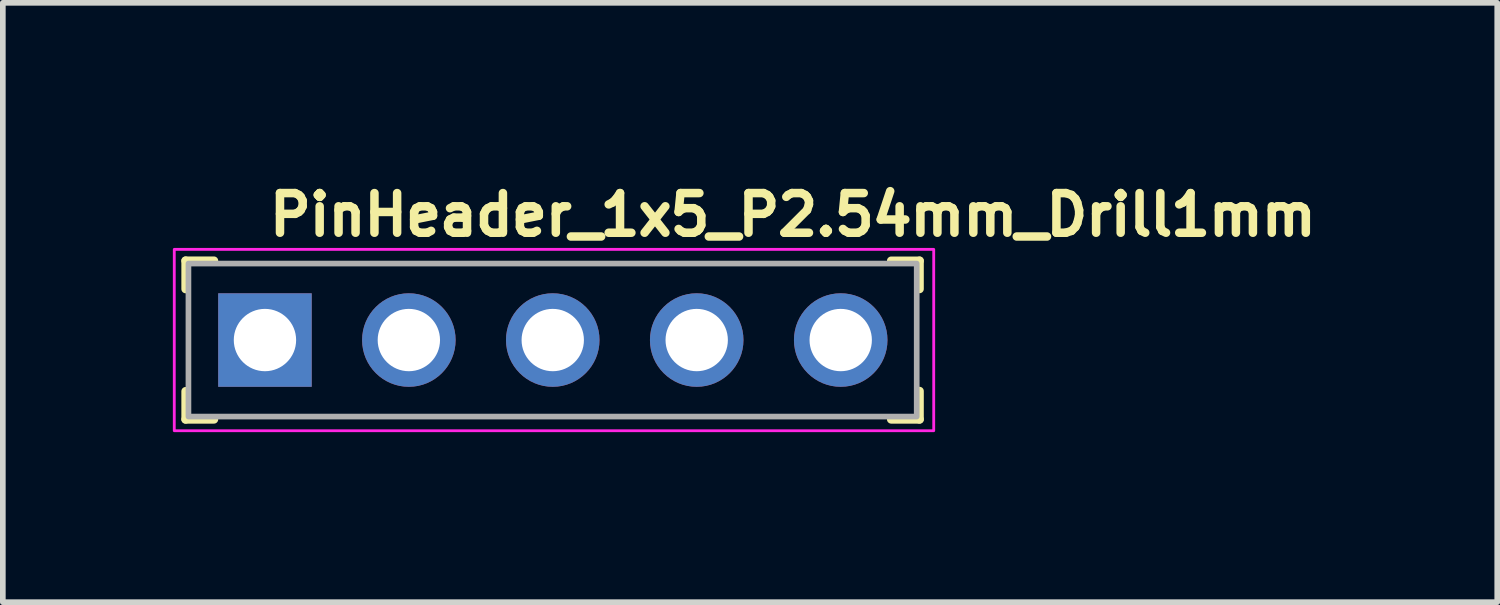
<source format=kicad_pcb>
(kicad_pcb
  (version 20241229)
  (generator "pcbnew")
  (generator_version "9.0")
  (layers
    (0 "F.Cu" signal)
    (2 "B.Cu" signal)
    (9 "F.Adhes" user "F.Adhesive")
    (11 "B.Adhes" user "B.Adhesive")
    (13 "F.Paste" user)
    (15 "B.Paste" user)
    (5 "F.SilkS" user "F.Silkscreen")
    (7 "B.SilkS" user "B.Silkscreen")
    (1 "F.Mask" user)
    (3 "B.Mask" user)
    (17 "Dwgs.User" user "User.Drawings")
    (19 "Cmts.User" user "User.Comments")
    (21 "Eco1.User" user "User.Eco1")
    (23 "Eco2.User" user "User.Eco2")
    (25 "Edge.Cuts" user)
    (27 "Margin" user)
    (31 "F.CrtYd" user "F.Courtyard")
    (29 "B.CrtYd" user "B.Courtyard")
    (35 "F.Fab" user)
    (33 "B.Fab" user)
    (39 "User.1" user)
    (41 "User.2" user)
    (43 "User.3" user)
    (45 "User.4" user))
  (footprint "PinHeader_1x5_P2.54mm_Drill1mm"
    (layer "F.Cu")
    (at 1.625 2.95)
    (property "Reference" "PinHeader_1x5_P2.54mm_Drill1mm" (at 0 -1.8 0) (layer "F.SilkS") (effects (font (size 0.7 0.7) (thickness 0.15)) (justify left bottom)))
    (attr through_hole)
    (fp_line (start -1.4 -1.4) (end -1.4 -0.9) (stroke (width 0.15) (type solid)) (layer "F.SilkS"))
    (fp_line (start -1.4 -1.4) (end -0.9 -1.4) (stroke (width 0.15) (type solid)) (layer "F.SilkS"))
    (fp_line (start -1.4 1.4) (end -1.4 0.903) (stroke (width 0.15) (type solid)) (layer "F.SilkS"))
    (fp_line (start -1.4 1.4) (end -0.9 1.4) (stroke (width 0.15) (type solid)) (layer "F.SilkS"))
    (fp_line (start 11.55 -1.399) (end 11.05 -1.399) (stroke (width 0.15) (type solid)) (layer "F.SilkS"))
    (fp_line (start 11.55 -1.399) (end 11.55 -0.901) (stroke (width 0.15) (type solid)) (layer "F.SilkS"))
    (fp_line (start 11.55 1.4) (end 11.05 1.4) (stroke (width 0.15) (type solid)) (layer "F.SilkS"))
    (fp_line (start 11.55 1.4) (end 11.55 0.9) (stroke (width 0.15) (type solid)) (layer "F.SilkS"))
    (fp_rect (start -1.6 -1.6) (end 11.8 1.6) (stroke (width 0.05) (type solid)) (fill no) (layer "F.CrtYd"))
    (fp_rect (start -1.35 -1.35) (end 11.5 1.35) (stroke (width 0.1) (type solid)) (fill no) (layer "F.Fab"))
    (fp_rect (start -1.27 -1.27) (end 11.429 1.269) (stroke (width 0.1) (type solid)) (fill no) (layer "User.5"))
    (fp_line (start -1.27 -1.27) (end 1.044 -1.27) (stroke (width 0.02) (type solid)) (layer "User.9"))
    (fp_line (start -1.27 1.269) (end -1.27 -1.27) (stroke (width 0.02) (type solid)) (layer "User.9"))
    (fp_line (start -1.27 1.269) (end 1.044 1.269) (stroke (width 0.02) (type solid)) (layer "User.9"))
    (fp_line (start -0.32 -0.32) (end -0.064 -0.064) (stroke (width 0.02) (type solid)) (layer "User.9"))
    (fp_line (start -0.32 -0.32) (end 0.32 -0.32) (stroke (width 0.02) (type solid)) (layer "User.9"))
    (fp_line (start -0.32 0.32) (end -0.32 -0.32) (stroke (width 0.02) (type solid)) (layer "User.9"))
    (fp_line (start -0.32 0.32) (end -0.064 0.064) (stroke (width 0.02) (type solid)) (layer "User.9"))
    (fp_line (start -0.32 0.32) (end 0.32 0.32) (stroke (width 0.02) (type solid)) (layer "User.9"))
    (fp_line (start -0.064 -0.064) (end 0.064 -0.064) (stroke (width 0.02) (type solid)) (layer "User.9"))
    (fp_line (start -0.064 0.064) (end -0.064 -0.064) (stroke (width 0.02) (type solid)) (layer "User.9"))
    (fp_line (start -0.064 0.064) (end 0.064 0.064) (stroke (width 0.02) (type solid)) (layer "User.9"))
    (fp_line (start 0.064 0.064) (end 0.064 -0.064) (stroke (width 0.02) (type solid)) (layer "User.9"))
    (fp_line (start 0.32 -0.32) (end 0.064 -0.064) (stroke (width 0.02) (type solid)) (layer "User.9"))
    (fp_line (start 0.32 0.32) (end 0.064 0.064) (stroke (width 0.02) (type solid)) (layer "User.9"))
    (fp_line (start 0.32 0.32) (end 0.32 -0.32) (stroke (width 0.02) (type solid)) (layer "User.9"))
    (fp_line (start 1.044 -1.27) (end 1.269 -1.047) (stroke (width 0.02) (type solid)) (layer "User.9"))
    (fp_line (start 1.044 1.269) (end 1.044 -1.27) (stroke (width 0.02) (type solid)) (layer "User.9"))
    (fp_line (start 1.044 1.269) (end 1.269 1.044) (stroke (width 0.02) (type solid)) (layer "User.9"))
    (fp_line (start 1.269 1.044) (end 1.269 -1.047) (stroke (width 0.02) (type solid)) (layer "User.9"))
    (fp_line (start 1.493 -1.27) (end 1.269 -1.047) (stroke (width 0.02) (type solid)) (layer "User.9"))
    (fp_line (start 1.493 -1.27) (end 3.584 -1.27) (stroke (width 0.02) (type solid)) (layer "User.9"))
    (fp_line (start 1.493 1.269) (end 1.269 1.044) (stroke (width 0.02) (type solid)) (layer "User.9"))
    (fp_line (start 1.493 1.269) (end 1.493 -1.27) (stroke (width 0.02) (type solid)) (layer "User.9"))
    (fp_line (start 1.493 1.269) (end 3.584 1.269) (stroke (width 0.02) (type solid)) (layer "User.9"))
    (fp_line (start 2.22 -0.32) (end 2.475 -0.064) (stroke (width 0.02) (type solid)) (layer "User.9"))
    (fp_line (start 2.22 -0.32) (end 2.858 -0.32) (stroke (width 0.02) (type solid)) (layer "User.9"))
    (fp_line (start 2.22 0.32) (end 2.22 -0.32) (stroke (width 0.02) (type solid)) (layer "User.9"))
    (fp_line (start 2.22 0.32) (end 2.475 0.064) (stroke (width 0.02) (type solid)) (layer "User.9"))
    (fp_line (start 2.22 0.32) (end 2.858 0.32) (stroke (width 0.02) (type solid)) (layer "User.9"))
    (fp_line (start 2.475 -0.064) (end 2.604 -0.064) (stroke (width 0.02) (type solid)) (layer "User.9"))
    (fp_line (start 2.475 0.064) (end 2.475 -0.064) (stroke (width 0.02) (type solid)) (layer "User.9"))
    (fp_line (start 2.475 0.064) (end 2.604 0.064) (stroke (width 0.02) (type solid)) (layer "User.9"))
    (fp_line (start 2.604 0.064) (end 2.604 -0.064) (stroke (width 0.02) (type solid)) (layer "User.9"))
    (fp_line (start 2.858 -0.32) (end 2.604 -0.064) (stroke (width 0.02) (type solid)) (layer "User.9"))
    (fp_line (start 2.858 0.32) (end 2.604 0.064) (stroke (width 0.02) (type solid)) (layer "User.9"))
    (fp_line (start 2.858 0.32) (end 2.858 -0.32) (stroke (width 0.02) (type solid)) (layer "User.9"))
    (fp_line (start 3.584 -1.27) (end 3.809 -1.047) (stroke (width 0.02) (type solid)) (layer "User.9"))
    (fp_line (start 3.584 1.269) (end 3.584 -1.27) (stroke (width 0.02) (type solid)) (layer "User.9"))
    (fp_line (start 3.584 1.269) (end 3.809 1.044) (stroke (width 0.02) (type solid)) (layer "User.9"))
    (fp_line (start 3.809 1.044) (end 3.809 -1.047) (stroke (width 0.02) (type solid)) (layer "User.9"))
    (fp_line (start 4.033 -1.27) (end 3.809 -1.047) (stroke (width 0.02) (type solid)) (layer "User.9"))
    (fp_line (start 4.033 -1.27) (end 6.124 -1.27) (stroke (width 0.02) (type solid)) (layer "User.9"))
    (fp_line (start 4.033 1.269) (end 3.809 1.044) (stroke (width 0.02) (type solid)) (layer "User.9"))
    (fp_line (start 4.033 1.269) (end 4.033 -1.27) (stroke (width 0.02) (type solid)) (layer "User.9"))
    (fp_line (start 4.033 1.269) (end 6.124 1.269) (stroke (width 0.02) (type solid)) (layer "User.9"))
    (fp_line (start 4.759 -0.32) (end 5.014 -0.064) (stroke (width 0.02) (type solid)) (layer "User.9"))
    (fp_line (start 4.759 -0.32) (end 5.4 -0.32) (stroke (width 0.02) (type solid)) (layer "User.9"))
    (fp_line (start 4.759 0.32) (end 4.759 -0.32) (stroke (width 0.02) (type solid)) (layer "User.9"))
    (fp_line (start 4.759 0.32) (end 5.014 0.064) (stroke (width 0.02) (type solid)) (layer "User.9"))
    (fp_line (start 4.759 0.32) (end 5.4 0.32) (stroke (width 0.02) (type solid)) (layer "User.9"))
    (fp_line (start 5.014 -0.064) (end 5.144 -0.064) (stroke (width 0.02) (type solid)) (layer "User.9"))
    (fp_line (start 5.014 0.064) (end 5.014 -0.064) (stroke (width 0.02) (type solid)) (layer "User.9"))
    (fp_line (start 5.014 0.064) (end 5.144 0.064) (stroke (width 0.02) (type solid)) (layer "User.9"))
    (fp_line (start 5.144 0.064) (end 5.144 -0.064) (stroke (width 0.02) (type solid)) (layer "User.9"))
    (fp_line (start 5.4 -0.32) (end 5.144 -0.064) (stroke (width 0.02) (type solid)) (layer "User.9"))
    (fp_line (start 5.4 0.32) (end 5.144 0.064) (stroke (width 0.02) (type solid)) (layer "User.9"))
    (fp_line (start 5.4 0.32) (end 5.4 -0.32) (stroke (width 0.02) (type solid)) (layer "User.9"))
    (fp_line (start 6.124 -1.27) (end 6.349 -1.047) (stroke (width 0.02) (type solid)) (layer "User.9"))
    (fp_line (start 6.124 1.269) (end 6.124 -1.27) (stroke (width 0.02) (type solid)) (layer "User.9"))
    (fp_line (start 6.124 1.269) (end 6.349 1.044) (stroke (width 0.02) (type solid)) (layer "User.9"))
    (fp_line (start 6.349 1.044) (end 6.349 -1.047) (stroke (width 0.02) (type solid)) (layer "User.9"))
    (fp_line (start 6.573 -1.27) (end 6.349 -1.047) (stroke (width 0.02) (type solid)) (layer "User.9"))
    (fp_line (start 6.573 -1.27) (end 8.665 -1.27) (stroke (width 0.02) (type solid)) (layer "User.9"))
    (fp_line (start 6.573 1.269) (end 6.349 1.044) (stroke (width 0.02) (type solid)) (layer "User.9"))
    (fp_line (start 6.573 1.269) (end 6.573 -1.27) (stroke (width 0.02) (type solid)) (layer "User.9"))
    (fp_line (start 6.573 1.269) (end 8.665 1.269) (stroke (width 0.02) (type solid)) (layer "User.9"))
    (fp_line (start 7.299 -0.32) (end 7.554 -0.064) (stroke (width 0.02) (type solid)) (layer "User.9"))
    (fp_line (start 7.299 -0.32) (end 7.94 -0.32) (stroke (width 0.02) (type solid)) (layer "User.9"))
    (fp_line (start 7.299 0.32) (end 7.299 -0.32) (stroke (width 0.02) (type solid)) (layer "User.9"))
    (fp_line (start 7.299 0.32) (end 7.554 0.064) (stroke (width 0.02) (type solid)) (layer "User.9"))
    (fp_line (start 7.299 0.32) (end 7.94 0.32) (stroke (width 0.02) (type solid)) (layer "User.9"))
    (fp_line (start 7.554 -0.064) (end 7.684 -0.064) (stroke (width 0.02) (type solid)) (layer "User.9"))
    (fp_line (start 7.554 0.064) (end 7.554 -0.064) (stroke (width 0.02) (type solid)) (layer "User.9"))
    (fp_line (start 7.554 0.064) (end 7.684 0.064) (stroke (width 0.02) (type solid)) (layer "User.9"))
    (fp_line (start 7.684 0.064) (end 7.684 -0.064) (stroke (width 0.02) (type solid)) (layer "User.9"))
    (fp_line (start 7.94 -0.32) (end 7.684 -0.064) (stroke (width 0.02) (type solid)) (layer "User.9"))
    (fp_line (start 7.94 0.32) (end 7.684 0.064) (stroke (width 0.02) (type solid)) (layer "User.9"))
    (fp_line (start 7.94 0.32) (end 7.94 -0.32) (stroke (width 0.02) (type solid)) (layer "User.9"))
    (fp_line (start 8.665 -1.27) (end 8.89 -1.047) (stroke (width 0.02) (type solid)) (layer "User.9"))
    (fp_line (start 8.665 1.269) (end 8.665 -1.27) (stroke (width 0.02) (type solid)) (layer "User.9"))
    (fp_line (start 8.665 1.269) (end 8.89 1.044) (stroke (width 0.02) (type solid)) (layer "User.9"))
    (fp_line (start 8.89 1.044) (end 8.89 -1.047) (stroke (width 0.02) (type solid)) (layer "User.9"))
    (fp_line (start 9.114 -1.27) (end 8.89 -1.047) (stroke (width 0.02) (type solid)) (layer "User.9"))
    (fp_line (start 9.114 -1.27) (end 11.429 -1.27) (stroke (width 0.02) (type solid)) (layer "User.9"))
    (fp_line (start 9.114 1.269) (end 8.89 1.044) (stroke (width 0.02) (type solid)) (layer "User.9"))
    (fp_line (start 9.114 1.269) (end 9.114 -1.27) (stroke (width 0.02) (type solid)) (layer "User.9"))
    (fp_line (start 9.114 1.269) (end 11.429 1.269) (stroke (width 0.02) (type solid)) (layer "User.9"))
    (fp_line (start 9.839 -0.32) (end 10.095 -0.064) (stroke (width 0.02) (type solid)) (layer "User.9"))
    (fp_line (start 9.839 -0.32) (end 10.48 -0.32) (stroke (width 0.02) (type solid)) (layer "User.9"))
    (fp_line (start 9.839 0.32) (end 9.839 -0.32) (stroke (width 0.02) (type solid)) (layer "User.9"))
    (fp_line (start 9.839 0.32) (end 10.095 0.064) (stroke (width 0.02) (type solid)) (layer "User.9"))
    (fp_line (start 9.839 0.32) (end 10.48 0.32) (stroke (width 0.02) (type solid)) (layer "User.9"))
    (fp_line (start 10.095 -0.064) (end 10.223 -0.064) (stroke (width 0.02) (type solid)) (layer "User.9"))
    (fp_line (start 10.095 0.064) (end 10.095 -0.064) (stroke (width 0.02) (type solid)) (layer "User.9"))
    (fp_line (start 10.095 0.064) (end 10.223 0.064) (stroke (width 0.02) (type solid)) (layer "User.9"))
    (fp_line (start 10.223 0.064) (end 10.223 -0.064) (stroke (width 0.02) (type solid)) (layer "User.9"))
    (fp_line (start 10.48 -0.32) (end 10.223 -0.064) (stroke (width 0.02) (type solid)) (layer "User.9"))
    (fp_line (start 10.48 0.32) (end 10.223 0.064) (stroke (width 0.02) (type solid)) (layer "User.9"))
    (fp_line (start 10.48 0.32) (end 10.48 -0.32) (stroke (width 0.02) (type solid)) (layer "User.9"))
    (fp_line (start 11.429 1.269) (end 11.429 -1.27) (stroke (width 0.02) (type solid)) (layer "User.9"))
    (pad "1" thru_hole rect (at 0 0) (size 1.65 1.65) (drill 1.1) (layers "*.Cu" "*.Mask"))
    (pad "2" thru_hole circle (at 2.539 0) (size 1.65 1.65) (drill 1.1) (layers "*.Cu" "*.Mask"))
    (pad "3" thru_hole circle (at 5.078 0) (size 1.65 1.65) (drill 1.1) (layers "*.Cu" "*.Mask"))
    (pad "4" thru_hole circle (at 7.618 0) (size 1.65 1.65) (drill 1.1) (layers "*.Cu" "*.Mask"))
    (pad "5" thru_hole circle (at 10.159 0) (size 1.65 1.65) (drill 1.1) (layers "*.Cu" "*.Mask")))
  (gr_rect
    (start -3 -3)
    (end 23.368 7.575)
    (stroke (width 0.1) (type default))
    (fill no)
    (layer "Edge.Cuts")))
</source>
